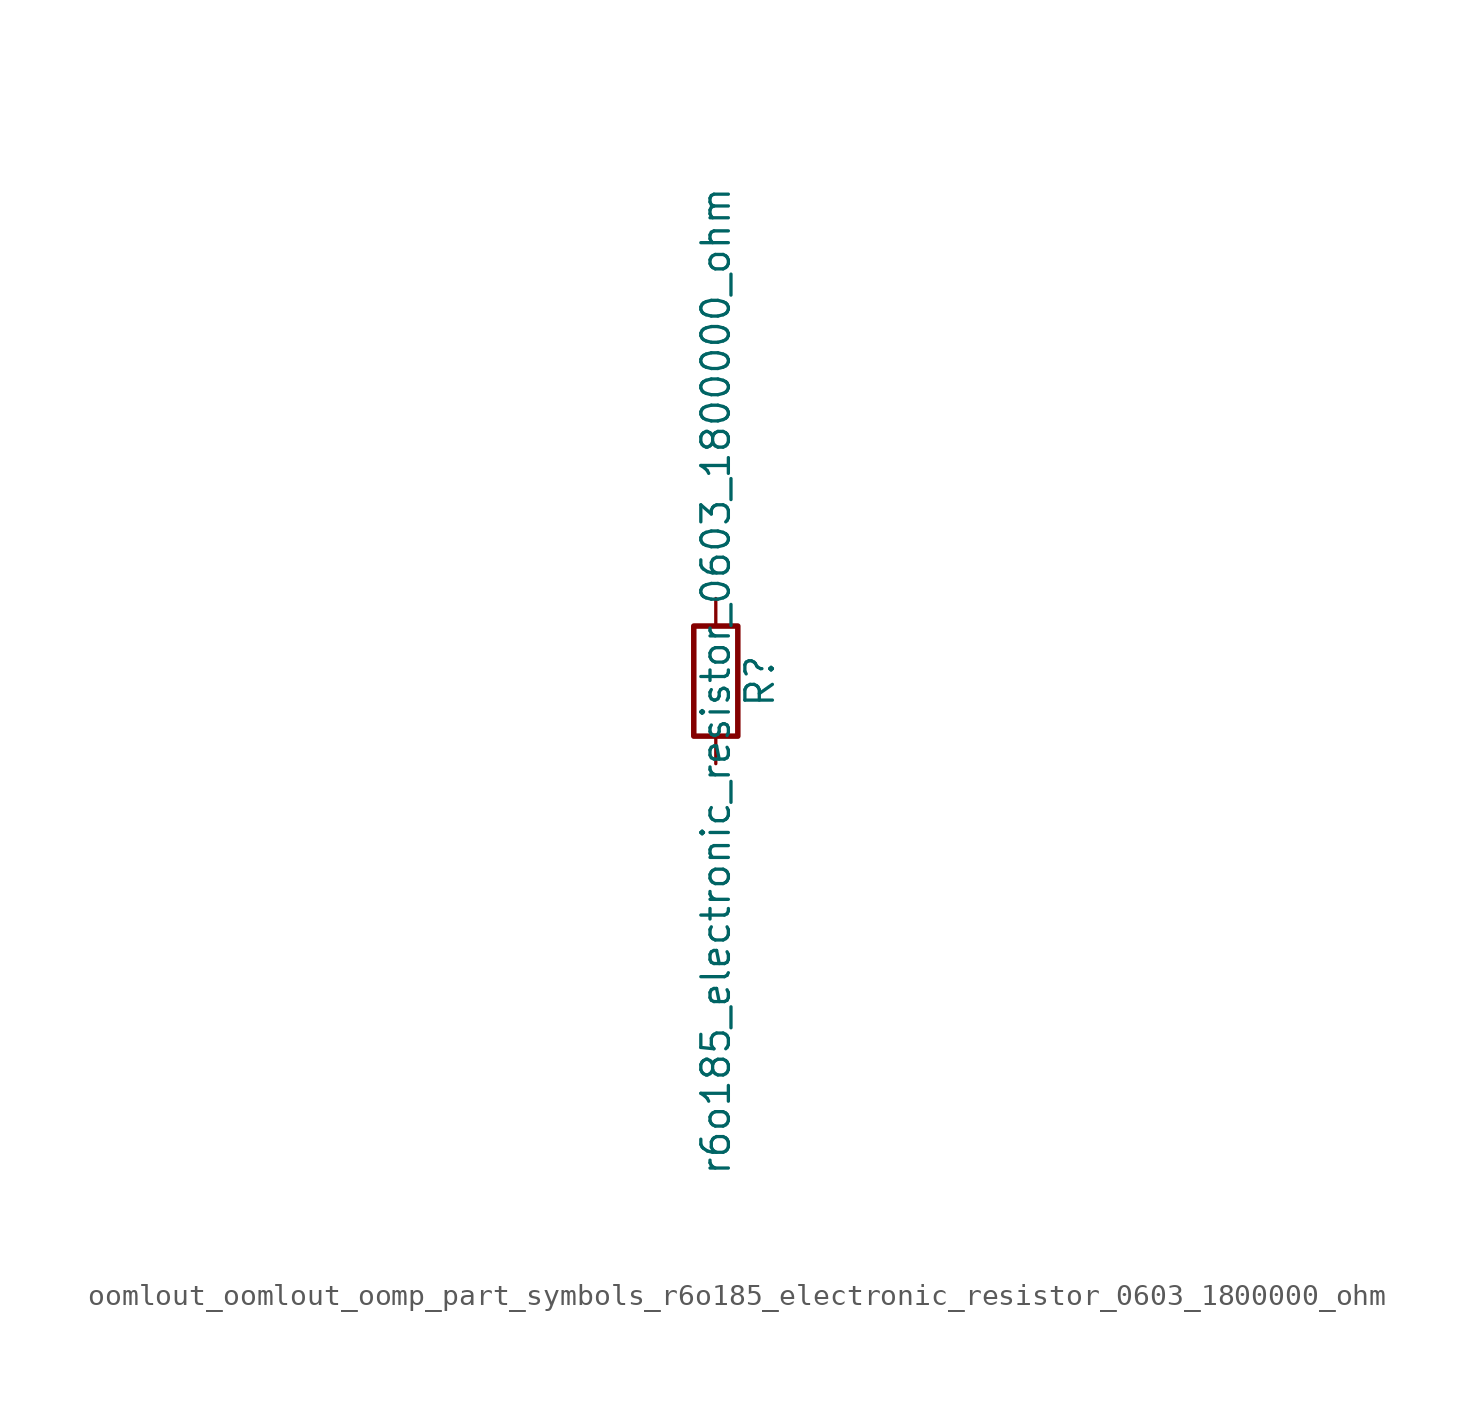
<source format=kicad_sym>
(kicad_symbol_lib
  (version 20220914)
  (generator kicad_symbol_editor)
  (symbol "oomlout_oomlout_oomp_part_symbols_r6o185_electronic_resistor_0603_1800000_ohm"
    (pin_numbers hide)
    (pin_names
      (offset 0))
    (property "Reference" "R"
      (at 2.032 0 90)
      (effects (font (size 1.27 1.27))))
    (property "Value" "r6o185_electronic_resistor_0603_1800000_ohm"
      (at 0 0 90)
      (effects (font (size 1.27 1.27))))
    (symbol "oomlout_oomlout_oomp_part_symbols_r6o185_electronic_resistor_0603_1800000_ohm_0_1"
      (rectangle (start -1.016 -2.54) (end 1.016 2.54) (stroke (width 0.254) (type default)) (fill (type none))))
    (symbol "oomlout_oomlout_oomp_part_symbols_r6o185_electronic_resistor_0603_1800000_ohm_1_1"
      (pin passive line (at 0 3.81 270) (length 1.27) (name "~" (effects (font (size 1.27 1.27)))) (number "1" (effects (font (size 1.27 1.27)))))
      (pin passive line (at 0 -3.81 90) (length 1.27) (name "~" (effects (font (size 1.27 1.27)))) (number "2" (effects (font (size 1.27 1.27))))))))
</source>
